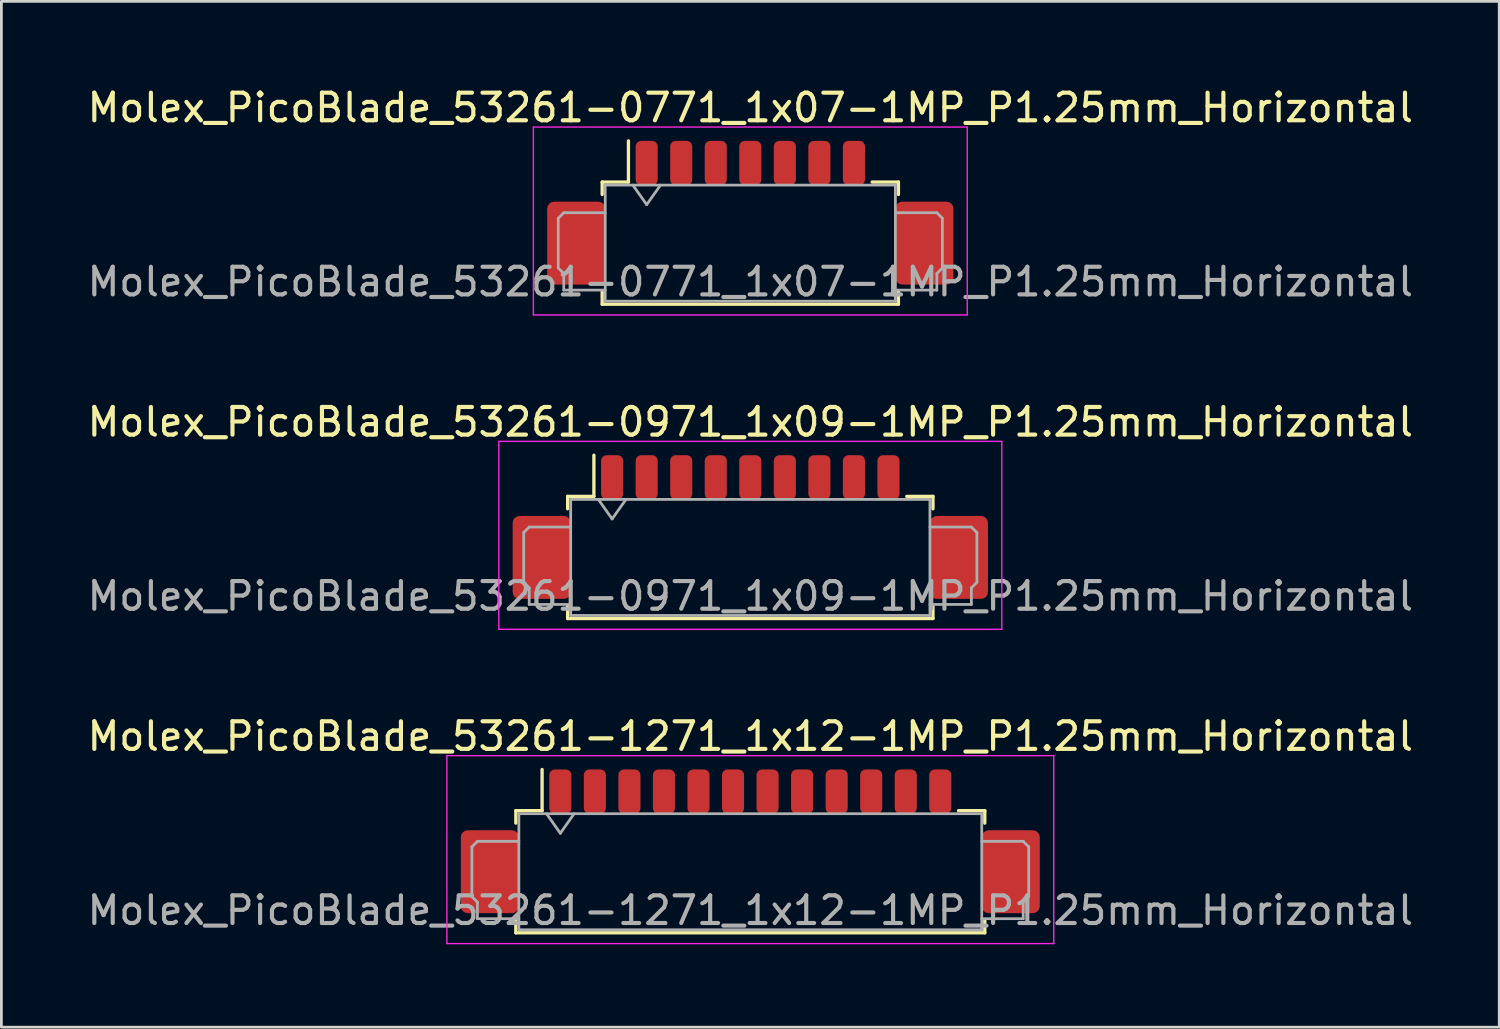
<source format=kicad_pcb>
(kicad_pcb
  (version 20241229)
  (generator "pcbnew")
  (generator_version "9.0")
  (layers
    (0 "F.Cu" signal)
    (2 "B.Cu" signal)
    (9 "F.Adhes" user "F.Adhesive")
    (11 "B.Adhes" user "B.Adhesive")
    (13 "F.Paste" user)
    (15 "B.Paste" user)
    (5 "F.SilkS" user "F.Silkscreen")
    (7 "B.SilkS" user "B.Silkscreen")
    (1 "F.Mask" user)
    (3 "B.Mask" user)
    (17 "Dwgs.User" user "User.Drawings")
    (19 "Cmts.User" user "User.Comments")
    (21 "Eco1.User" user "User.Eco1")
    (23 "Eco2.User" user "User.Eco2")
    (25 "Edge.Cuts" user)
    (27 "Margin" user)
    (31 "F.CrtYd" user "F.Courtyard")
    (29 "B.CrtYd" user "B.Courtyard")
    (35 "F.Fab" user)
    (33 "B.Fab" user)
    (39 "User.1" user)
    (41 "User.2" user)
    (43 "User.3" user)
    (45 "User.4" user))
  (footprint "Molex_PicoBlade_53261-0971_1x09-1MP_P1.25mm_Horizontal"
    (layer "F.Cu")
    (at 24.101 16.622)
    (property "Reference" "Molex_PicoBlade_53261-0971_1x09-1MP_P1.25mm_Horizontal" (at 0 -4.4 0) (layer "F.SilkS") (effects (font (size 1 1) (thickness 0.15))))
    (attr smd)
    (fp_line (start -6.61 -1.71) (end -5.66 -1.71) (stroke (width 0.12) (type solid)) (layer "F.SilkS"))
    (fp_line (start -6.61 -1.26) (end -6.61 -1.71) (stroke (width 0.12) (type solid)) (layer "F.SilkS"))
    (fp_line (start -6.61 2.26) (end -6.61 2.71) (stroke (width 0.12) (type solid)) (layer "F.SilkS"))
    (fp_line (start -6.61 2.71) (end 6.61 2.71) (stroke (width 0.12) (type solid)) (layer "F.SilkS"))
    (fp_line (start -5.66 -1.71) (end -5.66 -3.2) (stroke (width 0.12) (type solid)) (layer "F.SilkS"))
    (fp_line (start 6.61 -1.71) (end 5.66 -1.71) (stroke (width 0.12) (type solid)) (layer "F.SilkS"))
    (fp_line (start 6.61 -1.26) (end 6.61 -1.71) (stroke (width 0.12) (type solid)) (layer "F.SilkS"))
    (fp_line (start 6.61 2.71) (end 6.61 2.26) (stroke (width 0.12) (type solid)) (layer "F.SilkS"))
    (fp_line (start -9.1 -3.7) (end -9.1 3.1) (stroke (width 0.05) (type solid)) (layer "F.CrtYd"))
    (fp_line (start -9.1 3.1) (end 9.1 3.1) (stroke (width 0.05) (type solid)) (layer "F.CrtYd"))
    (fp_line (start 9.1 -3.7) (end -9.1 -3.7) (stroke (width 0.05) (type solid)) (layer "F.CrtYd"))
    (fp_line (start 9.1 3.1) (end 9.1 -3.7) (stroke (width 0.05) (type solid)) (layer "F.CrtYd"))
    (fp_line (start -8.2 -0.4) (end -8.2 1.4) (stroke (width 0.1) (type solid)) (layer "F.Fab"))
    (fp_line (start -8.2 1.4) (end -8 1.6) (stroke (width 0.1) (type solid)) (layer "F.Fab"))
    (fp_line (start -8 -0.6) (end -8.2 -0.4) (stroke (width 0.1) (type solid)) (layer "F.Fab"))
    (fp_line (start -8 1.6) (end -8 2.2) (stroke (width 0.1) (type solid)) (layer "F.Fab"))
    (fp_line (start -8 2.2) (end -6.5 2.2) (stroke (width 0.1) (type solid)) (layer "F.Fab"))
    (fp_line (start -6.5 -1.6) (end -6.5 2.6) (stroke (width 0.1) (type solid)) (layer "F.Fab"))
    (fp_line (start -6.5 -1.6) (end 6.5 -1.6) (stroke (width 0.1) (type solid)) (layer "F.Fab"))
    (fp_line (start -6.5 -0.6) (end -8 -0.6) (stroke (width 0.1) (type solid)) (layer "F.Fab"))
    (fp_line (start -6.5 2.6) (end 6.5 2.6) (stroke (width 0.1) (type solid)) (layer "F.Fab"))
    (fp_line (start -5.5 -1.6) (end -5 -0.893) (stroke (width 0.1) (type solid)) (layer "F.Fab"))
    (fp_line (start -5 -0.893) (end -4.5 -1.6) (stroke (width 0.1) (type solid)) (layer "F.Fab"))
    (fp_line (start 6.5 -1.6) (end 6.5 2.6) (stroke (width 0.1) (type solid)) (layer "F.Fab"))
    (fp_line (start 6.5 -0.6) (end 8 -0.6) (stroke (width 0.1) (type solid)) (layer "F.Fab"))
    (fp_line (start 8 -0.6) (end 8.2 -0.4) (stroke (width 0.1) (type solid)) (layer "F.Fab"))
    (fp_line (start 8 1.6) (end 8 2.2) (stroke (width 0.1) (type solid)) (layer "F.Fab"))
    (fp_line (start 8 2.2) (end 6.5 2.2) (stroke (width 0.1) (type solid)) (layer "F.Fab"))
    (fp_line (start 8.2 -0.4) (end 8.2 1.4) (stroke (width 0.1) (type solid)) (layer "F.Fab"))
    (fp_line (start 8.2 1.4) (end 8 1.6) (stroke (width 0.1) (type solid)) (layer "F.Fab"))
    (fp_text user "${REFERENCE}" (at 0 1.9 0) (layer "F.Fab") (effects (font (size 1 1) (thickness 0.15))))
    (pad "1" smd roundrect (at -5 -2.4) (size 0.8 1.6) (layers "F.Cu" "F.Mask" "F.Paste") (roundrect_rratio 0.25))
    (pad "2" smd roundrect (at -3.75 -2.4) (size 0.8 1.6) (layers "F.Cu" "F.Mask" "F.Paste") (roundrect_rratio 0.25))
    (pad "3" smd roundrect (at -2.5 -2.4) (size 0.8 1.6) (layers "F.Cu" "F.Mask" "F.Paste") (roundrect_rratio 0.25))
    (pad "4" smd roundrect (at -1.25 -2.4) (size 0.8 1.6) (layers "F.Cu" "F.Mask" "F.Paste") (roundrect_rratio 0.25))
    (pad "5" smd roundrect (at 0 -2.4) (size 0.8 1.6) (layers "F.Cu" "F.Mask" "F.Paste") (roundrect_rratio 0.25))
    (pad "6" smd roundrect (at 1.25 -2.4) (size 0.8 1.6) (layers "F.Cu" "F.Mask" "F.Paste") (roundrect_rratio 0.25))
    (pad "7" smd roundrect (at 2.5 -2.4) (size 0.8 1.6) (layers "F.Cu" "F.Mask" "F.Paste") (roundrect_rratio 0.25))
    (pad "8" smd roundrect (at 3.75 -2.4) (size 0.8 1.6) (layers "F.Cu" "F.Mask" "F.Paste") (roundrect_rratio 0.25))
    (pad "9" smd roundrect (at 5 -2.4) (size 0.8 1.6) (layers "F.Cu" "F.Mask" "F.Paste") (roundrect_rratio 0.25))
    (pad "MP" smd roundrect (at -7.55 0.5) (size 2.1 3) (layers "F.Cu" "F.Mask" "F.Paste") (roundrect_rratio 0.119))
    (pad "MP" smd roundrect (at 7.55 0.5) (size 2.1 3) (layers "F.Cu" "F.Mask" "F.Paste") (roundrect_rratio 0.119)))
  (footprint "Molex_PicoBlade_53261-0771_1x07-1MP_P1.25mm_Horizontal"
    (layer "F.Cu")
    (at 24.101 5.248)
    (property "Reference" "Molex_PicoBlade_53261-0771_1x07-1MP_P1.25mm_Horizontal" (at 0 -4.4 0) (layer "F.SilkS") (effects (font (size 1 1) (thickness 0.15))))
    (attr smd)
    (fp_line (start -5.36 -1.71) (end -4.41 -1.71) (stroke (width 0.12) (type solid)) (layer "F.SilkS"))
    (fp_line (start -5.36 -1.26) (end -5.36 -1.71) (stroke (width 0.12) (type solid)) (layer "F.SilkS"))
    (fp_line (start -5.36 2.26) (end -5.36 2.71) (stroke (width 0.12) (type solid)) (layer "F.SilkS"))
    (fp_line (start -5.36 2.71) (end 5.36 2.71) (stroke (width 0.12) (type solid)) (layer "F.SilkS"))
    (fp_line (start -4.41 -1.71) (end -4.41 -3.2) (stroke (width 0.12) (type solid)) (layer "F.SilkS"))
    (fp_line (start 5.36 -1.71) (end 4.41 -1.71) (stroke (width 0.12) (type solid)) (layer "F.SilkS"))
    (fp_line (start 5.36 -1.26) (end 5.36 -1.71) (stroke (width 0.12) (type solid)) (layer "F.SilkS"))
    (fp_line (start 5.36 2.71) (end 5.36 2.26) (stroke (width 0.12) (type solid)) (layer "F.SilkS"))
    (fp_line (start -7.85 -3.7) (end -7.85 3.1) (stroke (width 0.05) (type solid)) (layer "F.CrtYd"))
    (fp_line (start -7.85 3.1) (end 7.85 3.1) (stroke (width 0.05) (type solid)) (layer "F.CrtYd"))
    (fp_line (start 7.85 -3.7) (end -7.85 -3.7) (stroke (width 0.05) (type solid)) (layer "F.CrtYd"))
    (fp_line (start 7.85 3.1) (end 7.85 -3.7) (stroke (width 0.05) (type solid)) (layer "F.CrtYd"))
    (fp_line (start -6.95 -0.4) (end -6.95 1.4) (stroke (width 0.1) (type solid)) (layer "F.Fab"))
    (fp_line (start -6.95 1.4) (end -6.75 1.6) (stroke (width 0.1) (type solid)) (layer "F.Fab"))
    (fp_line (start -6.75 -0.6) (end -6.95 -0.4) (stroke (width 0.1) (type solid)) (layer "F.Fab"))
    (fp_line (start -6.75 1.6) (end -6.75 2.2) (stroke (width 0.1) (type solid)) (layer "F.Fab"))
    (fp_line (start -6.75 2.2) (end -5.25 2.2) (stroke (width 0.1) (type solid)) (layer "F.Fab"))
    (fp_line (start -5.25 -1.6) (end -5.25 2.6) (stroke (width 0.1) (type solid)) (layer "F.Fab"))
    (fp_line (start -5.25 -1.6) (end 5.25 -1.6) (stroke (width 0.1) (type solid)) (layer "F.Fab"))
    (fp_line (start -5.25 -0.6) (end -6.75 -0.6) (stroke (width 0.1) (type solid)) (layer "F.Fab"))
    (fp_line (start -5.25 2.6) (end 5.25 2.6) (stroke (width 0.1) (type solid)) (layer "F.Fab"))
    (fp_line (start -4.25 -1.6) (end -3.75 -0.893) (stroke (width 0.1) (type solid)) (layer "F.Fab"))
    (fp_line (start -3.75 -0.893) (end -3.25 -1.6) (stroke (width 0.1) (type solid)) (layer "F.Fab"))
    (fp_line (start 5.25 -1.6) (end 5.25 2.6) (stroke (width 0.1) (type solid)) (layer "F.Fab"))
    (fp_line (start 5.25 -0.6) (end 6.75 -0.6) (stroke (width 0.1) (type solid)) (layer "F.Fab"))
    (fp_line (start 6.75 -0.6) (end 6.95 -0.4) (stroke (width 0.1) (type solid)) (layer "F.Fab"))
    (fp_line (start 6.75 1.6) (end 6.75 2.2) (stroke (width 0.1) (type solid)) (layer "F.Fab"))
    (fp_line (start 6.75 2.2) (end 5.25 2.2) (stroke (width 0.1) (type solid)) (layer "F.Fab"))
    (fp_line (start 6.95 -0.4) (end 6.95 1.4) (stroke (width 0.1) (type solid)) (layer "F.Fab"))
    (fp_line (start 6.95 1.4) (end 6.75 1.6) (stroke (width 0.1) (type solid)) (layer "F.Fab"))
    (fp_text user "${REFERENCE}" (at 0 1.9 0) (layer "F.Fab") (effects (font (size 1 1) (thickness 0.15))))
    (pad "1" smd roundrect (at -3.75 -2.4) (size 0.8 1.6) (layers "F.Cu" "F.Mask" "F.Paste") (roundrect_rratio 0.25))
    (pad "2" smd roundrect (at -2.5 -2.4) (size 0.8 1.6) (layers "F.Cu" "F.Mask" "F.Paste") (roundrect_rratio 0.25))
    (pad "3" smd roundrect (at -1.25 -2.4) (size 0.8 1.6) (layers "F.Cu" "F.Mask" "F.Paste") (roundrect_rratio 0.25))
    (pad "4" smd roundrect (at 0 -2.4) (size 0.8 1.6) (layers "F.Cu" "F.Mask" "F.Paste") (roundrect_rratio 0.25))
    (pad "5" smd roundrect (at 1.25 -2.4) (size 0.8 1.6) (layers "F.Cu" "F.Mask" "F.Paste") (roundrect_rratio 0.25))
    (pad "6" smd roundrect (at 2.5 -2.4) (size 0.8 1.6) (layers "F.Cu" "F.Mask" "F.Paste") (roundrect_rratio 0.25))
    (pad "7" smd roundrect (at 3.75 -2.4) (size 0.8 1.6) (layers "F.Cu" "F.Mask" "F.Paste") (roundrect_rratio 0.25))
    (pad "MP" smd roundrect (at -6.3 0.5) (size 2.1 3) (layers "F.Cu" "F.Mask" "F.Paste") (roundrect_rratio 0.119))
    (pad "MP" smd roundrect (at 6.3 0.5) (size 2.1 3) (layers "F.Cu" "F.Mask" "F.Paste") (roundrect_rratio 0.119)))
  (footprint "Molex_PicoBlade_53261-1271_1x12-1MP_P1.25mm_Horizontal"
    (layer "F.Cu")
    (at 24.101 27.995)
    (property "Reference" "Molex_PicoBlade_53261-1271_1x12-1MP_P1.25mm_Horizontal" (at 0 -4.4 0) (layer "F.SilkS") (effects (font (size 1 1) (thickness 0.15))))
    (attr smd)
    (fp_line (start -8.485 -1.71) (end -7.535 -1.71) (stroke (width 0.12) (type solid)) (layer "F.SilkS"))
    (fp_line (start -8.485 -1.26) (end -8.485 -1.71) (stroke (width 0.12) (type solid)) (layer "F.SilkS"))
    (fp_line (start -8.485 2.26) (end -8.485 2.71) (stroke (width 0.12) (type solid)) (layer "F.SilkS"))
    (fp_line (start -8.485 2.71) (end 8.485 2.71) (stroke (width 0.12) (type solid)) (layer "F.SilkS"))
    (fp_line (start -7.535 -1.71) (end -7.535 -3.2) (stroke (width 0.12) (type solid)) (layer "F.SilkS"))
    (fp_line (start 8.485 -1.71) (end 7.535 -1.71) (stroke (width 0.12) (type solid)) (layer "F.SilkS"))
    (fp_line (start 8.485 -1.26) (end 8.485 -1.71) (stroke (width 0.12) (type solid)) (layer "F.SilkS"))
    (fp_line (start 8.485 2.71) (end 8.485 2.26) (stroke (width 0.12) (type solid)) (layer "F.SilkS"))
    (fp_line (start -10.98 -3.7) (end -10.98 3.1) (stroke (width 0.05) (type solid)) (layer "F.CrtYd"))
    (fp_line (start -10.98 3.1) (end 10.98 3.1) (stroke (width 0.05) (type solid)) (layer "F.CrtYd"))
    (fp_line (start 10.98 -3.7) (end -10.98 -3.7) (stroke (width 0.05) (type solid)) (layer "F.CrtYd"))
    (fp_line (start 10.98 3.1) (end 10.98 -3.7) (stroke (width 0.05) (type solid)) (layer "F.CrtYd"))
    (fp_line (start -10.075 -0.4) (end -10.075 1.4) (stroke (width 0.1) (type solid)) (layer "F.Fab"))
    (fp_line (start -10.075 1.4) (end -9.875 1.6) (stroke (width 0.1) (type solid)) (layer "F.Fab"))
    (fp_line (start -9.875 -0.6) (end -10.075 -0.4) (stroke (width 0.1) (type solid)) (layer "F.Fab"))
    (fp_line (start -9.875 1.6) (end -9.875 2.2) (stroke (width 0.1) (type solid)) (layer "F.Fab"))
    (fp_line (start -9.875 2.2) (end -8.375 2.2) (stroke (width 0.1) (type solid)) (layer "F.Fab"))
    (fp_line (start -8.375 -1.6) (end -8.375 2.6) (stroke (width 0.1) (type solid)) (layer "F.Fab"))
    (fp_line (start -8.375 -1.6) (end 8.375 -1.6) (stroke (width 0.1) (type solid)) (layer "F.Fab"))
    (fp_line (start -8.375 -0.6) (end -9.875 -0.6) (stroke (width 0.1) (type solid)) (layer "F.Fab"))
    (fp_line (start -8.375 2.6) (end 8.375 2.6) (stroke (width 0.1) (type solid)) (layer "F.Fab"))
    (fp_line (start -7.375 -1.6) (end -6.875 -0.893) (stroke (width 0.1) (type solid)) (layer "F.Fab"))
    (fp_line (start -6.875 -0.893) (end -6.375 -1.6) (stroke (width 0.1) (type solid)) (layer "F.Fab"))
    (fp_line (start 8.375 -1.6) (end 8.375 2.6) (stroke (width 0.1) (type solid)) (layer "F.Fab"))
    (fp_line (start 8.375 -0.6) (end 9.875 -0.6) (stroke (width 0.1) (type solid)) (layer "F.Fab"))
    (fp_line (start 9.875 -0.6) (end 10.075 -0.4) (stroke (width 0.1) (type solid)) (layer "F.Fab"))
    (fp_line (start 9.875 1.6) (end 9.875 2.2) (stroke (width 0.1) (type solid)) (layer "F.Fab"))
    (fp_line (start 9.875 2.2) (end 8.375 2.2) (stroke (width 0.1) (type solid)) (layer "F.Fab"))
    (fp_line (start 10.075 -0.4) (end 10.075 1.4) (stroke (width 0.1) (type solid)) (layer "F.Fab"))
    (fp_line (start 10.075 1.4) (end 9.875 1.6) (stroke (width 0.1) (type solid)) (layer "F.Fab"))
    (fp_text user "${REFERENCE}" (at 0 1.9 0) (layer "F.Fab") (effects (font (size 1 1) (thickness 0.15))))
    (pad "1" smd roundrect (at -6.875 -2.4) (size 0.8 1.6) (layers "F.Cu" "F.Mask" "F.Paste") (roundrect_rratio 0.25))
    (pad "2" smd roundrect (at -5.625 -2.4) (size 0.8 1.6) (layers "F.Cu" "F.Mask" "F.Paste") (roundrect_rratio 0.25))
    (pad "3" smd roundrect (at -4.375 -2.4) (size 0.8 1.6) (layers "F.Cu" "F.Mask" "F.Paste") (roundrect_rratio 0.25))
    (pad "4" smd roundrect (at -3.125 -2.4) (size 0.8 1.6) (layers "F.Cu" "F.Mask" "F.Paste") (roundrect_rratio 0.25))
    (pad "5" smd roundrect (at -1.875 -2.4) (size 0.8 1.6) (layers "F.Cu" "F.Mask" "F.Paste") (roundrect_rratio 0.25))
    (pad "6" smd roundrect (at -0.625 -2.4) (size 0.8 1.6) (layers "F.Cu" "F.Mask" "F.Paste") (roundrect_rratio 0.25))
    (pad "7" smd roundrect (at 0.625 -2.4) (size 0.8 1.6) (layers "F.Cu" "F.Mask" "F.Paste") (roundrect_rratio 0.25))
    (pad "8" smd roundrect (at 1.875 -2.4) (size 0.8 1.6) (layers "F.Cu" "F.Mask" "F.Paste") (roundrect_rratio 0.25))
    (pad "9" smd roundrect (at 3.125 -2.4) (size 0.8 1.6) (layers "F.Cu" "F.Mask" "F.Paste") (roundrect_rratio 0.25))
    (pad "10" smd roundrect (at 4.375 -2.4) (size 0.8 1.6) (layers "F.Cu" "F.Mask" "F.Paste") (roundrect_rratio 0.25))
    (pad "11" smd roundrect (at 5.625 -2.4) (size 0.8 1.6) (layers "F.Cu" "F.Mask" "F.Paste") (roundrect_rratio 0.25))
    (pad "12" smd roundrect (at 6.875 -2.4) (size 0.8 1.6) (layers "F.Cu" "F.Mask" "F.Paste") (roundrect_rratio 0.25))
    (pad "MP" smd roundrect (at -9.425 0.5) (size 2.1 3) (layers "F.Cu" "F.Mask" "F.Paste") (roundrect_rratio 0.119))
    (pad "MP" smd roundrect (at 9.425 0.5) (size 2.1 3) (layers "F.Cu" "F.Mask" "F.Paste") (roundrect_rratio 0.119)))
  (gr_rect
    (start -3 -3)
    (end 51.202 34.12)
    (stroke (width 0.1) (type default))
    (fill no)
    (layer "Edge.Cuts")))
</source>
